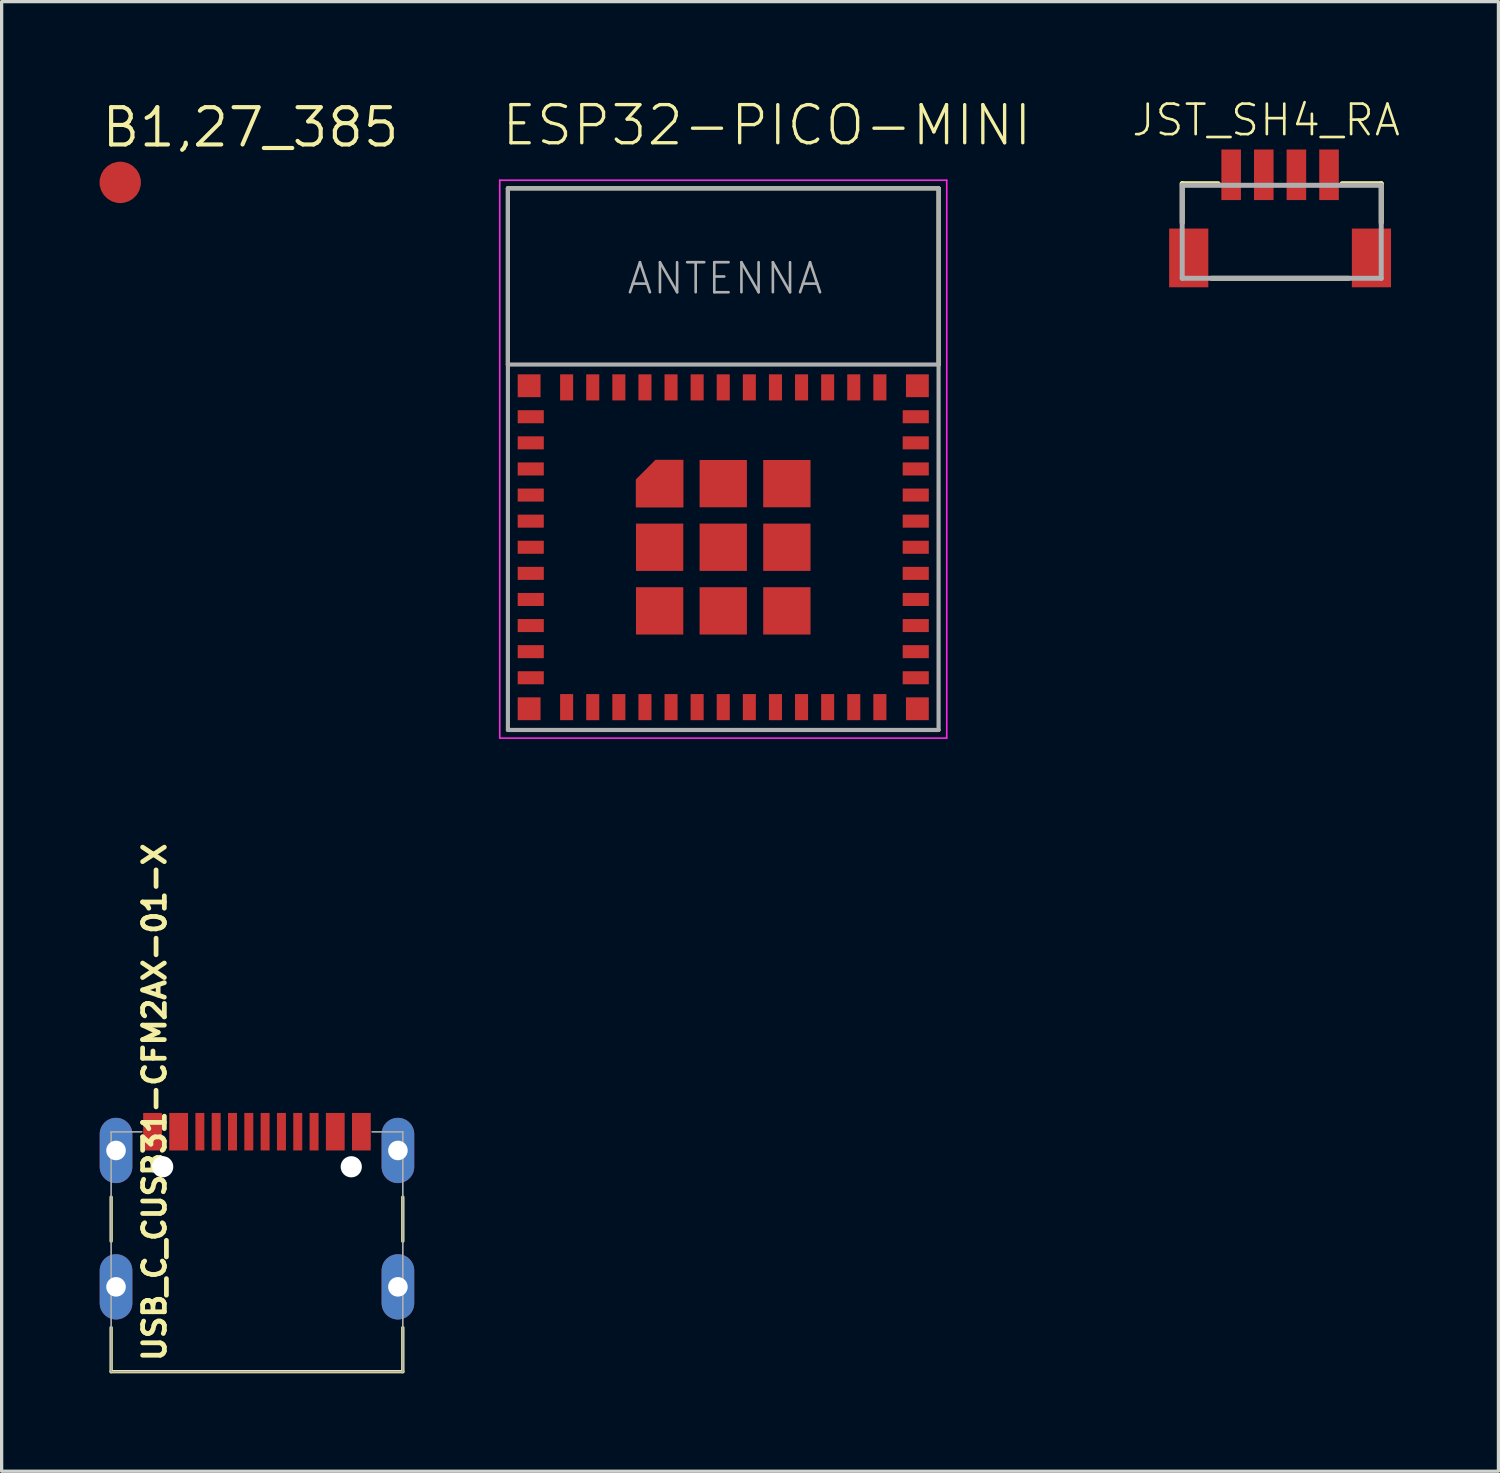
<source format=kicad_pcb>
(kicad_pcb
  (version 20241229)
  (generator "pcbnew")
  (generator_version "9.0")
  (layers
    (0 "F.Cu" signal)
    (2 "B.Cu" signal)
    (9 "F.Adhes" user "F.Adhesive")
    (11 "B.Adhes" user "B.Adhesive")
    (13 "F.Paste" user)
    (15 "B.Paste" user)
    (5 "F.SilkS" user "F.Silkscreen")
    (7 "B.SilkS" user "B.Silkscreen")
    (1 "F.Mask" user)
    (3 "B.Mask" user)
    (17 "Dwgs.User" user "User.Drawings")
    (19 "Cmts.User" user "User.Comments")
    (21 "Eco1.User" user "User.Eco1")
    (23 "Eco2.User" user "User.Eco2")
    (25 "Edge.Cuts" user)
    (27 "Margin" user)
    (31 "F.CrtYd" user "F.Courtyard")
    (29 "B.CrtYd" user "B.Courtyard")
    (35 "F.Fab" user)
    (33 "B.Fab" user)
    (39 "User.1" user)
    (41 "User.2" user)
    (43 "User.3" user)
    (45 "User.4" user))
  (footprint "JST_SH4_RA"
    (layer "F.Cu")
    (at 36.184 3.993)
    (property "Reference" "JST_SH4_RA" (at -4.6 -2.814 0) (unlocked yes) (layer "F.SilkS") (effects (font (size 0.935 0.935) (thickness 0.081)) (justify left bottom)))
    (fp_line (start -3 -1.414) (end -1.9 -1.414) (stroke (width 0.152) (type solid)) (layer "F.SilkS"))
    (fp_line (start -3 -0.214) (end -3 -1.414) (stroke (width 0.152) (type solid)) (layer "F.SilkS"))
    (fp_line (start -2.1 1.486) (end 2.1 1.486) (stroke (width 0.152) (type solid)) (layer "F.SilkS"))
    (fp_line (start 1.9 -1.414) (end 3.1 -1.414) (stroke (width 0.152) (type solid)) (layer "F.SilkS"))
    (fp_line (start 3.1 -1.414) (end 3.1 -0.214) (stroke (width 0.152) (type solid)) (layer "F.SilkS"))
    (fp_line (start -3 -1.364) (end 3.1 -1.364) (stroke (width 0.152) (type solid)) (layer "F.Fab"))
    (fp_line (start -3 1.486) (end -3 -1.364) (stroke (width 0.152) (type solid)) (layer "F.Fab"))
    (fp_line (start 3.1 -1.364) (end 3.1 1.486) (stroke (width 0.152) (type solid)) (layer "F.Fab"))
    (fp_line (start 3.1 1.486) (end -3 1.486) (stroke (width 0.152) (type solid)) (layer "F.Fab"))
    (pad "1" smd rect (at 1.5 -1.686 270) (size 1.55 0.6) (layers "F.Cu" "F.Mask" "F.Paste"))
    (pad "2" smd rect (at 0.5 -1.686 270) (size 1.55 0.6) (layers "F.Cu" "F.Mask" "F.Paste"))
    (pad "3" smd rect (at -0.5 -1.686 270) (size 1.55 0.6) (layers "F.Cu" "F.Mask" "F.Paste"))
    (pad "4" smd rect (at -1.5 -1.686 270) (size 1.55 0.6) (layers "F.Cu" "F.Mask" "F.Paste"))
    (pad "MT1" smd rect (at -2.8 0.862 90) (size 1.8 1.2) (layers "F.Cu" "F.Mask" "F.Paste"))
    (pad "MT2" smd rect (at 2.8 0.862 90) (size 1.8 1.2) (layers "F.Cu" "F.Mask" "F.Paste")))
  (footprint "USB_C_CUSB31-CFM2AX-01-X"
    (layer "F.Cu")
    (at 4.826 35.181)
    (property "Reference" "USB_C_CUSB31-CFM2AX-01-X" (at -2.75 3.56 90) (unlocked yes) (layer "F.SilkS") (effects (font (size 0.666 0.666) (thickness 0.146)) (justify left bottom)))
    (fp_line (start -4.47 -0.19) (end -4.47 -1.54) (stroke (width 0.102) (type solid)) (layer "F.SilkS"))
    (fp_line (start -4.47 3.81) (end -4.47 2.46) (stroke (width 0.102) (type solid)) (layer "F.SilkS"))
    (fp_line (start 4.47 -1.54) (end 4.47 -0.19) (stroke (width 0.102) (type solid)) (layer "F.SilkS"))
    (fp_line (start 4.47 2.46) (end 4.47 3.81) (stroke (width 0.102) (type solid)) (layer "F.SilkS"))
    (fp_line (start 4.47 3.81) (end -4.47 3.81) (stroke (width 0.102) (type solid)) (layer "F.SilkS"))
    (fp_poly (pts (xy -4.169 -3.939) (xy -4.034 -3.87) (xy -3.928 -3.763) (xy -3.835 -3.48) (xy -3.835 -2.464) (xy -3.859 -2.315) (xy -3.928 -2.18) (xy -4.034 -2.073) (xy -4.318 -1.981) (xy -4.449 -1.999) (xy -4.572 -2.049) (xy -4.677 -2.13) (xy -4.758 -2.235) (xy -4.826 -2.489) (xy -4.826 -3.454) (xy -4.809 -3.586) (xy -4.758 -3.708) (xy -4.677 -3.814) (xy -4.572 -3.894) (xy -4.318 -3.962)) (stroke (width 0) (type default)) (fill yes) (layer "F.Paste"))
    (fp_poly (pts (xy -4.156 0.24) (xy -4.022 0.308) (xy -3.915 0.415) (xy -3.823 0.699) (xy -3.823 1.714) (xy -3.846 1.864) (xy -3.915 1.998) (xy -4.022 2.105) (xy -4.305 2.197) (xy -4.437 2.18) (xy -4.559 2.129) (xy -4.665 2.048) (xy -4.745 1.943) (xy -4.813 1.689) (xy -4.813 0.724) (xy -4.796 0.592) (xy -4.745 0.47) (xy -4.665 0.365) (xy -4.559 0.284) (xy -4.305 0.216)) (stroke (width 0) (type default)) (fill yes) (layer "F.Paste"))
    (fp_poly (pts (xy 4.48 -3.951) (xy 4.614 -3.883) (xy 4.721 -3.776) (xy 4.813 -3.493) (xy 4.813 -2.477) (xy 4.79 -2.327) (xy 4.721 -2.193) (xy 4.614 -2.086) (xy 4.331 -1.994) (xy 4.199 -2.011) (xy 4.077 -2.062) (xy 3.971 -2.143) (xy 3.891 -2.248) (xy 3.823 -2.502) (xy 3.823 -3.467) (xy 3.84 -3.599) (xy 3.891 -3.721) (xy 3.971 -3.826) (xy 4.077 -3.907) (xy 4.331 -3.975)) (stroke (width 0) (type default)) (fill yes) (layer "F.Paste"))
    (fp_poly (pts (xy 4.48 0.24) (xy 4.614 0.308) (xy 4.721 0.415) (xy 4.813 0.699) (xy 4.813 1.714) (xy 4.79 1.864) (xy 4.721 1.998) (xy 4.614 2.105) (xy 4.331 2.197) (xy 4.199 2.18) (xy 4.077 2.129) (xy 3.971 2.048) (xy 3.891 1.943) (xy 3.823 1.689) (xy 3.823 0.724) (xy 3.84 0.592) (xy 3.891 0.47) (xy 3.971 0.365) (xy 4.077 0.284) (xy 4.331 0.216)) (stroke (width 0) (type default)) (fill yes) (layer "F.Paste"))
    (fp_line (start -4.47 -3.54) (end -3.53 -3.54) (stroke (width 0.05) (type solid)) (layer "F.Fab"))
    (fp_line (start -4.47 3.81) (end -4.47 -3.54) (stroke (width 0.05) (type solid)) (layer "F.Fab"))
    (fp_line (start 3.53 -3.54) (end 4.47 -3.54) (stroke (width 0.05) (type solid)) (layer "F.Fab"))
    (fp_line (start 4.47 -3.54) (end 4.47 3.81) (stroke (width 0.05) (type solid)) (layer "F.Fab"))
    (fp_line (start 4.47 3.81) (end -4.47 3.81) (stroke (width 0.05) (type solid)) (layer "F.Fab"))
    (pad "" np_thru_hole circle (at -2.89 -2.47) (size 0.65 0.65) (drill 0.65) (layers "*.Cu" "*.Mask"))
    (pad "" np_thru_hole circle (at 2.89 -2.47) (size 0.65 0.65) (drill 0.65) (layers "*.Cu" "*.Mask"))
    (pad "A1B12" smd rect (at -3.2 -3.545) (size 0.575 1.15) (layers "F.Cu" "F.Mask" "F.Paste"))
    (pad "A4B9" smd rect (at -2.4 -3.545) (size 0.575 1.15) (layers "F.Cu" "F.Mask" "F.Paste"))
    (pad "A5" smd rect (at -1.25 -3.545) (size 0.275 1.15) (layers "F.Cu" "F.Mask" "F.Paste"))
    (pad "A6" smd rect (at -0.25 -3.545) (size 0.275 1.15) (layers "F.Cu" "F.Mask" "F.Paste"))
    (pad "A7" smd rect (at 0.25 -3.545) (size 0.275 1.15) (layers "F.Cu" "F.Mask" "F.Paste"))
    (pad "A8" smd rect (at 1.25 -3.545) (size 0.275 1.15) (layers "F.Cu" "F.Mask" "F.Paste"))
    (pad "B1A12" smd rect (at 3.2 -3.545) (size 0.575 1.15) (layers "F.Cu" "F.Mask" "F.Paste"))
    (pad "B4A9" smd rect (at 2.4 -3.545) (size 0.575 1.15) (layers "F.Cu" "F.Mask" "F.Paste"))
    (pad "B5" smd rect (at 1.75 -3.545) (size 0.275 1.15) (layers "F.Cu" "F.Mask" "F.Paste"))
    (pad "B6" smd rect (at 0.75 -3.545) (size 0.275 1.15) (layers "F.Cu" "F.Mask" "F.Paste"))
    (pad "B7" smd rect (at -0.75 -3.545) (size 0.275 1.15) (layers "F.Cu" "F.Mask" "F.Paste"))
    (pad "B8" smd rect (at -1.75 -3.545) (size 0.275 1.15) (layers "F.Cu" "F.Mask" "F.Paste"))
    (pad "M1" thru_hole oval (at -4.32 -2.97 90) (size 2 1) (drill 0.6) (layers "*.Cu" "*.Mask"))
    (pad "M2" thru_hole oval (at 4.32 -2.97 90) (size 2 1) (drill 0.6) (layers "*.Cu" "*.Mask"))
    (pad "M3" thru_hole oval (at -4.32 1.21 90) (size 2 1) (drill 0.6) (layers "*.Cu" "*.Mask"))
    (pad "M4" thru_hole oval (at 4.32 1.21 90) (size 2 1) (drill 0.6) (layers "*.Cu" "*.Mask")))
  (footprint "ESP32-PICO-MINI"
    (layer "F.Cu")
    (at 19.117 13.723)
    (property "Reference" "ESP32-PICO-MINI" (at -6.85 -12.25 0) (unlocked yes) (layer "F.SilkS") (effects (font (size 1.168 1.168) (thickness 0.102)) (justify left bottom)))
    (fp_poly (pts (xy -1.22 -1.22) (xy -2.68 -1.22) (xy -2.68 -2.077) (xy -2.077 -2.68) (xy -1.22 -2.68)) (stroke (width 0) (type default)) (fill yes) (layer "F.Cu"))
    (fp_poly (pts (xy -1.12 -1.12) (xy -2.78 -1.12) (xy -2.78 -2.177) (xy -2.177 -2.78) (xy -1.12 -2.78)) (stroke (width 0) (type default)) (fill yes) (layer "F.Mask"))
    (fp_line (start -6.6 -11) (end 6.6 -11) (stroke (width 0.127) (type solid)) (layer "F.SilkS"))
    (fp_line (start -6.6 -5.6) (end -6.6 -11) (stroke (width 0.127) (type solid)) (layer "F.SilkS"))
    (fp_line (start 6.6 -11) (end 6.6 -5.6) (stroke (width 0.127) (type solid)) (layer "F.SilkS"))
    (fp_poly (pts (xy -1.22 -1.22) (xy -2.68 -1.22) (xy -2.68 -2.077) (xy -2.077 -2.68) (xy -1.22 -2.68)) (stroke (width 0) (type default)) (fill yes) (layer "F.Paste"))
    (fp_line (start -6.85 -11.25) (end -6.85 5.85) (stroke (width 0.05) (type solid)) (layer "F.CrtYd"))
    (fp_line (start -6.85 5.85) (end 6.85 5.85) (stroke (width 0.05) (type solid)) (layer "F.CrtYd"))
    (fp_line (start 6.85 -11.25) (end -6.85 -11.25) (stroke (width 0.05) (type solid)) (layer "F.CrtYd"))
    (fp_line (start 6.85 5.85) (end 6.85 -11.25) (stroke (width 0.05) (type solid)) (layer "F.CrtYd"))
    (fp_line (start -6.6 -11) (end 6.6 -11) (stroke (width 0.127) (type solid)) (layer "F.Fab"))
    (fp_line (start -6.6 -5.6) (end -6.6 -11) (stroke (width 0.127) (type solid)) (layer "F.Fab"))
    (fp_line (start -6.6 -5.6) (end 6.6 -5.6) (stroke (width 0.127) (type solid)) (layer "F.Fab"))
    (fp_line (start -6.6 5.6) (end -6.6 -5.6) (stroke (width 0.127) (type solid)) (layer "F.Fab"))
    (fp_line (start 6.6 -11) (end 6.6 -5.6) (stroke (width 0.127) (type solid)) (layer "F.Fab"))
    (fp_line (start 6.6 -5.6) (end 6.6 5.6) (stroke (width 0.127) (type solid)) (layer "F.Fab"))
    (fp_line (start 6.6 5.6) (end -6.6 5.6) (stroke (width 0.127) (type solid)) (layer "F.Fab"))
    (fp_text user "ANTENNA" (at -3 -7.7 0) (unlocked yes) (layer "F.Fab") (effects (font (size 0.92 0.92) (thickness 0.08)) (justify left bottom)))
    (pad "1" smd rect (at -5.9 -4) (size 0.8 0.4) (layers "F.Cu" "F.Mask" "F.Paste"))
    (pad "2" smd rect (at -5.9 -3.2) (size 0.8 0.4) (layers "F.Cu" "F.Mask" "F.Paste"))
    (pad "3" smd rect (at -5.9 -2.4) (size 0.8 0.4) (layers "F.Cu" "F.Mask" "F.Paste"))
    (pad "4" smd rect (at -5.9 -1.6) (size 0.8 0.4) (layers "F.Cu" "F.Mask" "F.Paste"))
    (pad "5" smd rect (at -5.9 -0.8) (size 0.8 0.4) (layers "F.Cu" "F.Mask" "F.Paste"))
    (pad "6" smd rect (at -5.9 0) (size 0.8 0.4) (layers "F.Cu" "F.Mask" "F.Paste"))
    (pad "7" smd rect (at -5.9 0.8) (size 0.8 0.4) (layers "F.Cu" "F.Mask" "F.Paste"))
    (pad "8" smd rect (at -5.9 1.6) (size 0.8 0.4) (layers "F.Cu" "F.Mask" "F.Paste"))
    (pad "9" smd rect (at -5.9 2.4) (size 0.8 0.4) (layers "F.Cu" "F.Mask" "F.Paste"))
    (pad "10" smd rect (at -5.9 3.2) (size 0.8 0.4) (layers "F.Cu" "F.Mask" "F.Paste"))
    (pad "11" smd rect (at -5.9 4) (size 0.8 0.4) (layers "F.Cu" "F.Mask" "F.Paste"))
    (pad "12" smd rect (at -4.8 4.9) (size 0.4 0.8) (layers "F.Cu" "F.Mask" "F.Paste"))
    (pad "13" smd rect (at -4 4.9) (size 0.4 0.8) (layers "F.Cu" "F.Mask" "F.Paste"))
    (pad "14" smd rect (at -3.2 4.9) (size 0.4 0.8) (layers "F.Cu" "F.Mask" "F.Paste"))
    (pad "15" smd rect (at -2.4 4.9) (size 0.4 0.8) (layers "F.Cu" "F.Mask" "F.Paste"))
    (pad "16" smd rect (at -1.6 4.9) (size 0.4 0.8) (layers "F.Cu" "F.Mask" "F.Paste"))
    (pad "17" smd rect (at -0.8 4.9) (size 0.4 0.8) (layers "F.Cu" "F.Mask" "F.Paste"))
    (pad "18" smd rect (at 0 4.9) (size 0.4 0.8) (layers "F.Cu" "F.Mask" "F.Paste"))
    (pad "19" smd rect (at 0.8 4.9) (size 0.4 0.8) (layers "F.Cu" "F.Mask" "F.Paste"))
    (pad "20" smd rect (at 1.6 4.9) (size 0.4 0.8) (layers "F.Cu" "F.Mask" "F.Paste"))
    (pad "21" smd rect (at 2.4 4.9) (size 0.4 0.8) (layers "F.Cu" "F.Mask" "F.Paste"))
    (pad "22" smd rect (at 3.2 4.9) (size 0.4 0.8) (layers "F.Cu" "F.Mask" "F.Paste"))
    (pad "23" smd rect (at 4 4.9) (size 0.4 0.8) (layers "F.Cu" "F.Mask" "F.Paste"))
    (pad "24" smd rect (at 4.8 4.9) (size 0.4 0.8) (layers "F.Cu" "F.Mask" "F.Paste"))
    (pad "25" smd rect (at 5.9 4) (size 0.8 0.4) (layers "F.Cu" "F.Mask" "F.Paste"))
    (pad "26" smd rect (at 5.9 3.2) (size 0.8 0.4) (layers "F.Cu" "F.Mask" "F.Paste"))
    (pad "27" smd rect (at 5.9 2.4) (size 0.8 0.4) (layers "F.Cu" "F.Mask" "F.Paste"))
    (pad "28" smd rect (at 5.9 1.6) (size 0.8 0.4) (layers "F.Cu" "F.Mask" "F.Paste"))
    (pad "29" smd rect (at 5.9 0.8) (size 0.8 0.4) (layers "F.Cu" "F.Mask" "F.Paste"))
    (pad "30" smd rect (at 5.9 0) (size 0.8 0.4) (layers "F.Cu" "F.Mask" "F.Paste"))
    (pad "31" smd rect (at 5.9 -0.8) (size 0.8 0.4) (layers "F.Cu" "F.Mask" "F.Paste"))
    (pad "32" smd rect (at 5.9 -1.6) (size 0.8 0.4) (layers "F.Cu" "F.Mask" "F.Paste"))
    (pad "33" smd rect (at 5.9 -2.4) (size 0.8 0.4) (layers "F.Cu" "F.Mask" "F.Paste"))
    (pad "34" smd rect (at 5.9 -3.2) (size 0.8 0.4) (layers "F.Cu" "F.Mask" "F.Paste"))
    (pad "35" smd rect (at 5.9 -4) (size 0.8 0.4) (layers "F.Cu" "F.Mask" "F.Paste"))
    (pad "36" smd rect (at 4.8 -4.9) (size 0.4 0.8) (layers "F.Cu" "F.Mask" "F.Paste"))
    (pad "37" smd rect (at 4 -4.9) (size 0.4 0.8) (layers "F.Cu" "F.Mask" "F.Paste"))
    (pad "38" smd rect (at 3.2 -4.9) (size 0.4 0.8) (layers "F.Cu" "F.Mask" "F.Paste"))
    (pad "39" smd rect (at 2.4 -4.9) (size 0.4 0.8) (layers "F.Cu" "F.Mask" "F.Paste"))
    (pad "40" smd rect (at 1.6 -4.9) (size 0.4 0.8) (layers "F.Cu" "F.Mask" "F.Paste"))
    (pad "41" smd rect (at 0.8 -4.9) (size 0.4 0.8) (layers "F.Cu" "F.Mask" "F.Paste"))
    (pad "42" smd rect (at 0 -4.9) (size 0.4 0.8) (layers "F.Cu" "F.Mask" "F.Paste"))
    (pad "43" smd rect (at -0.8 -4.9) (size 0.4 0.8) (layers "F.Cu" "F.Mask" "F.Paste"))
    (pad "44" smd rect (at -1.6 -4.9) (size 0.4 0.8) (layers "F.Cu" "F.Mask" "F.Paste"))
    (pad "45" smd rect (at -2.4 -4.9) (size 0.4 0.8) (layers "F.Cu" "F.Mask" "F.Paste"))
    (pad "46" smd rect (at -3.2 -4.9) (size 0.4 0.8) (layers "F.Cu" "F.Mask" "F.Paste"))
    (pad "47" smd rect (at -4 -4.9) (size 0.4 0.8) (layers "F.Cu" "F.Mask" "F.Paste"))
    (pad "48" smd rect (at -4.8 -4.9) (size 0.4 0.8) (layers "F.Cu" "F.Mask" "F.Paste"))
    (pad "49" smd rect (at 0 0) (size 1.45 1.45) (layers "F.Cu" "F.Mask" "F.Paste"))
    (pad "50" smd rect (at 5.95 -4.95) (size 0.7 0.7) (layers "F.Cu" "F.Mask" "F.Paste"))
    (pad "51" smd rect (at 5.95 4.95) (size 0.7 0.7) (layers "F.Cu" "F.Mask" "F.Paste"))
    (pad "52" smd rect (at -5.95 4.95) (size 0.7 0.7) (layers "F.Cu" "F.Mask" "F.Paste"))
    (pad "53" smd rect (at -5.95 -4.95) (size 0.7 0.7) (layers "F.Cu" "F.Mask" "F.Paste"))
    (pad "54" smd rect (at -1.95 0) (size 1.45 1.45) (layers "F.Cu" "F.Mask" "F.Paste"))
    (pad "55" smd rect (at -1.95 1.95) (size 1.45 1.45) (layers "F.Cu" "F.Mask" "F.Paste"))
    (pad "56" smd rect (at 0 1.95) (size 1.45 1.45) (layers "F.Cu" "F.Mask" "F.Paste"))
    (pad "57" smd rect (at 1.95 1.95) (size 1.45 1.45) (layers "F.Cu" "F.Mask" "F.Paste"))
    (pad "58" smd rect (at 1.95 0) (size 1.45 1.45) (layers "F.Cu" "F.Mask" "F.Paste"))
    (pad "59" smd rect (at 1.95 -1.95) (size 1.45 1.45) (layers "F.Cu" "F.Mask" "F.Paste"))
    (pad "60" smd rect (at 0 -1.95) (size 1.45 1.45) (layers "F.Cu" "F.Mask" "F.Paste"))
    (pad "61" smd rect (at -1.95 -1.95) (size 0.5 0.5) (layers "F.Cu"))
    (zone (net_name "") (layer "F.Cu") (hatch edge 0.5) (connect_pads) (min_thickness 0.25) (filled_areas_thickness no) (keepout (tracks not_allowed) (vias not_allowed) (pads not_allowed) (copperpour not_allowed) (footprints allowed)) (placement (enabled no)) (fill) (polygon (pts (xy 12.517 8.123) (xy 25.717 8.123) (xy 25.717 2.723) (xy 12.517 2.723))))
    (zone (net_name "") (layers "F.Cu" "B.Cu") (hatch edge 0.5) (connect_pads) (min_thickness 0.25) (filled_areas_thickness no) (keepout (tracks allowed) (vias not_allowed) (pads allowed) (copperpour allowed) (footprints allowed)) (placement (enabled no)) (fill) (polygon (pts (xy 12.517 8.123) (xy 25.717 8.123) (xy 25.717 2.723) (xy 12.517 2.723))))
    (zone (net_name "") (layer "B.Cu") (hatch edge 0.5) (connect_pads) (min_thickness 0.25) (filled_areas_thickness no) (keepout (tracks not_allowed) (vias not_allowed) (pads not_allowed) (copperpour not_allowed) (footprints allowed)) (placement (enabled no)) (fill) (polygon (pts (xy 12.517 8.123) (xy 25.717 8.123) (xy 25.717 2.723) (xy 12.517 2.723)))))
  (footprint "B1,27_385"
    (layer "F.Cu")
    (at 0.635 2.54)
    (property "Reference" "B1,27_385" (at -0.635 -1.016 0) (unlocked yes) (layer "F.SilkS") (effects (font (size 1.143 1.143) (thickness 0.127)) (justify left bottom)))
    (pad "TP" smd roundrect (at 0 0) (size 1.27 1.27) (layers "F.Cu" "F.Mask") (roundrect_rratio 0.5)))
  (gr_rect
    (start -3 -3)
    (end 42.876 42.042)
    (stroke (width 0.1) (type default))
    (fill no)
    (layer "Edge.Cuts")))
</source>
